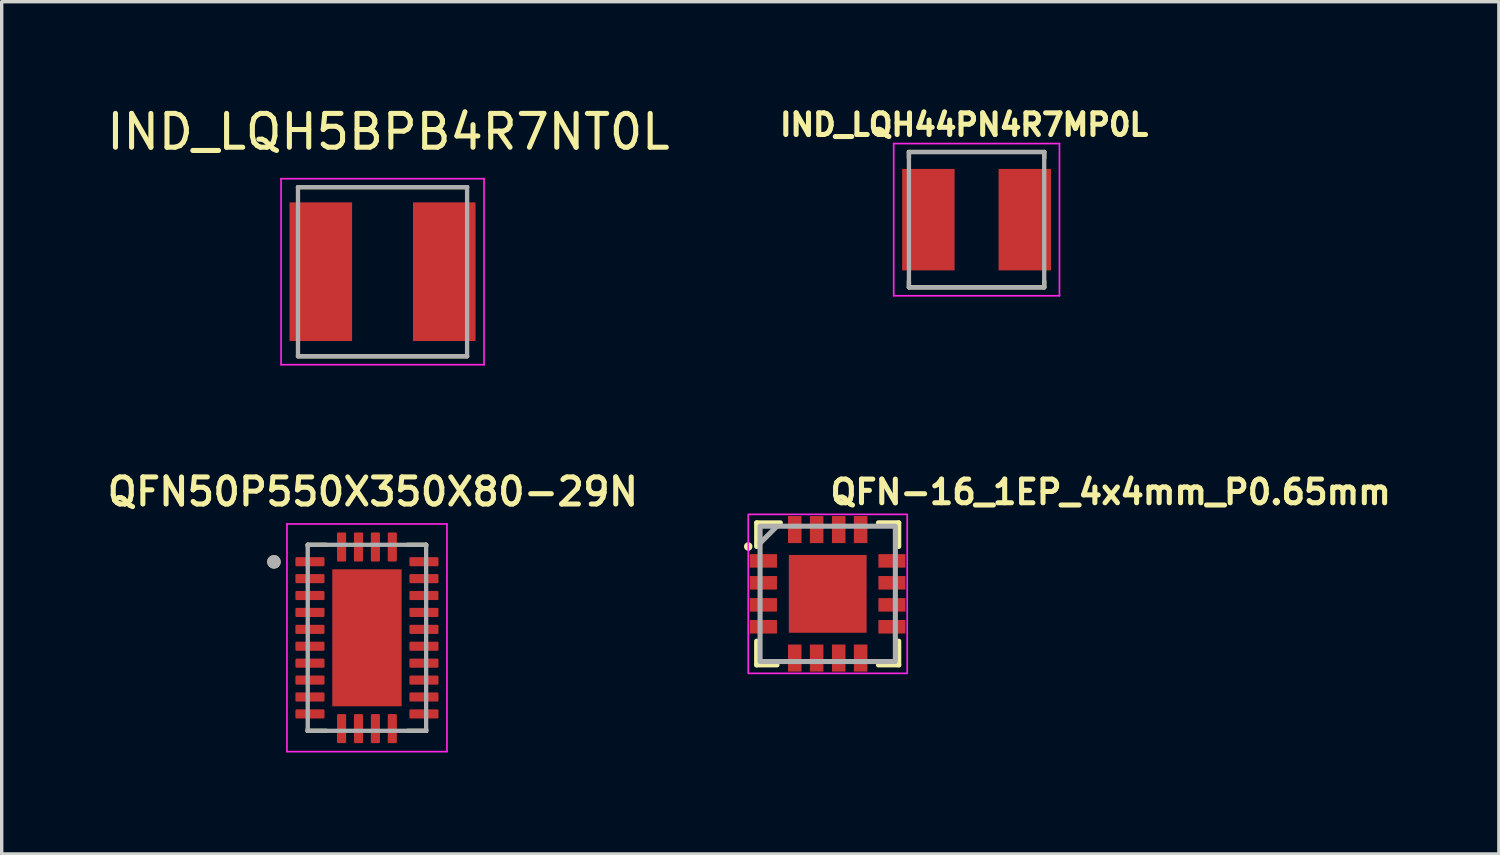
<source format=kicad_pcb>
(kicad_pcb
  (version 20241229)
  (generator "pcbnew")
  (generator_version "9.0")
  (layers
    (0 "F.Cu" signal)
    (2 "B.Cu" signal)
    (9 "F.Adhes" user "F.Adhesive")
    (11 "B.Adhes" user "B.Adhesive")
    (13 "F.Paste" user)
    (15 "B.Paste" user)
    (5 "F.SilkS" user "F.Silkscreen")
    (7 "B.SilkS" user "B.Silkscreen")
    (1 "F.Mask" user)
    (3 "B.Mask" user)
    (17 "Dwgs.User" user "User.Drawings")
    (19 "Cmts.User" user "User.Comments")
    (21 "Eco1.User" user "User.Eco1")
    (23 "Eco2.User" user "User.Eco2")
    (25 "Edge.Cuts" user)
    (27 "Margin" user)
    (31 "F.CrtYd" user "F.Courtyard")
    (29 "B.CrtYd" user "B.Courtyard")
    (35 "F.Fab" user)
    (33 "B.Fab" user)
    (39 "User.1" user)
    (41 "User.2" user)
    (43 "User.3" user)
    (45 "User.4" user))
  (footprint "QFN50P550X350X80-29N"
    (layer "F.Cu")
    (at 7.799 15.807)
    (property "Reference" "QFN50P550X350X80-29N" (at 0.175 -4.318 0) (layer "F.SilkS") (effects (font (size 0.8 0.8) (thickness 0.15))))
    (attr smd)
    (fp_line (start -1.75 -2.75) (end -1.75 -2.705) (stroke (width 0.127) (type solid)) (layer "F.SilkS"))
    (fp_line (start -1.75 -2.75) (end -1.205 -2.75) (stroke (width 0.127) (type solid)) (layer "F.SilkS"))
    (fp_line (start -1.75 2.75) (end -1.75 2.705) (stroke (width 0.127) (type solid)) (layer "F.SilkS"))
    (fp_line (start -1.75 2.75) (end -1.205 2.75) (stroke (width 0.127) (type solid)) (layer "F.SilkS"))
    (fp_line (start 1.75 -2.75) (end 1.205 -2.75) (stroke (width 0.127) (type solid)) (layer "F.SilkS"))
    (fp_line (start 1.75 -2.75) (end 1.75 -2.705) (stroke (width 0.127) (type solid)) (layer "F.SilkS"))
    (fp_line (start 1.75 2.75) (end 1.205 2.75) (stroke (width 0.127) (type solid)) (layer "F.SilkS"))
    (fp_line (start 1.75 2.75) (end 1.75 2.705) (stroke (width 0.127) (type solid)) (layer "F.SilkS"))
    (fp_circle (center -2.75 -2.245) (end -2.65 -2.245) (stroke (width 0.2) (type solid)) (fill no) (layer "F.SilkS"))
    (fp_poly (pts (xy -0.65 -1.28) (xy 0.65 -1.28) (xy 0.65 1.28) (xy -0.65 1.28)) (stroke (width 0.01) (type solid)) (fill yes) (layer "F.Paste"))
    (fp_line (start -2.365 -3.365) (end -2.365 3.365) (stroke (width 0.05) (type solid)) (layer "F.CrtYd"))
    (fp_line (start -2.365 -3.365) (end 2.365 -3.365) (stroke (width 0.05) (type solid)) (layer "F.CrtYd"))
    (fp_line (start -2.365 3.365) (end 2.365 3.365) (stroke (width 0.05) (type solid)) (layer "F.CrtYd"))
    (fp_line (start 2.365 -3.365) (end 2.365 3.365) (stroke (width 0.05) (type solid)) (layer "F.CrtYd"))
    (fp_line (start -1.75 -2.75) (end 1.75 -2.75) (stroke (width 0.127) (type solid)) (layer "F.Fab"))
    (fp_line (start -1.75 2.75) (end -1.75 -2.75) (stroke (width 0.127) (type solid)) (layer "F.Fab"))
    (fp_line (start -1.75 2.75) (end 1.75 2.75) (stroke (width 0.127) (type solid)) (layer "F.Fab"))
    (fp_line (start 1.75 2.75) (end 1.75 -2.75) (stroke (width 0.127) (type solid)) (layer "F.Fab"))
    (fp_circle (center -2.75 -2.245) (end -2.65 -2.245) (stroke (width 0.2) (type solid)) (fill no) (layer "F.Fab"))
    (pad "1" smd roundrect (at -1.685 -2.25) (size 0.86 0.27) (layers "F.Cu" "F.Mask" "F.Paste") (roundrect_rratio 0.125))
    (pad "2" smd roundrect (at -1.685 -1.75) (size 0.86 0.27) (layers "F.Cu" "F.Mask" "F.Paste") (roundrect_rratio 0.125))
    (pad "3" smd roundrect (at -1.685 -1.25) (size 0.86 0.27) (layers "F.Cu" "F.Mask" "F.Paste") (roundrect_rratio 0.125))
    (pad "4" smd roundrect (at -1.685 -0.75) (size 0.86 0.27) (layers "F.Cu" "F.Mask" "F.Paste") (roundrect_rratio 0.125))
    (pad "5" smd roundrect (at -1.685 -0.25) (size 0.86 0.27) (layers "F.Cu" "F.Mask" "F.Paste") (roundrect_rratio 0.125))
    (pad "6" smd roundrect (at -1.685 0.25) (size 0.86 0.27) (layers "F.Cu" "F.Mask" "F.Paste") (roundrect_rratio 0.125))
    (pad "7" smd roundrect (at -1.685 0.75) (size 0.86 0.27) (layers "F.Cu" "F.Mask" "F.Paste") (roundrect_rratio 0.125))
    (pad "8" smd roundrect (at -1.685 1.25) (size 0.86 0.27) (layers "F.Cu" "F.Mask" "F.Paste") (roundrect_rratio 0.125))
    (pad "9" smd roundrect (at -1.685 1.75) (size 0.86 0.27) (layers "F.Cu" "F.Mask" "F.Paste") (roundrect_rratio 0.125))
    (pad "10" smd roundrect (at -1.685 2.25) (size 0.86 0.27) (layers "F.Cu" "F.Mask" "F.Paste") (roundrect_rratio 0.125))
    (pad "11" smd roundrect (at -0.75 2.685) (size 0.27 0.86) (layers "F.Cu" "F.Mask" "F.Paste") (roundrect_rratio 0.125))
    (pad "12" smd roundrect (at -0.25 2.685) (size 0.27 0.86) (layers "F.Cu" "F.Mask" "F.Paste") (roundrect_rratio 0.125))
    (pad "13" smd roundrect (at 0.25 2.685) (size 0.27 0.86) (layers "F.Cu" "F.Mask" "F.Paste") (roundrect_rratio 0.125))
    (pad "14" smd roundrect (at 0.75 2.685) (size 0.27 0.86) (layers "F.Cu" "F.Mask" "F.Paste") (roundrect_rratio 0.125))
    (pad "15" smd roundrect (at 1.685 2.25) (size 0.86 0.27) (layers "F.Cu" "F.Mask" "F.Paste") (roundrect_rratio 0.125))
    (pad "16" smd roundrect (at 1.685 1.75) (size 0.86 0.27) (layers "F.Cu" "F.Mask" "F.Paste") (roundrect_rratio 0.125))
    (pad "17" smd roundrect (at 1.685 1.25) (size 0.86 0.27) (layers "F.Cu" "F.Mask" "F.Paste") (roundrect_rratio 0.125))
    (pad "18" smd roundrect (at 1.685 0.75) (size 0.86 0.27) (layers "F.Cu" "F.Mask" "F.Paste") (roundrect_rratio 0.125))
    (pad "19" smd roundrect (at 1.685 0.25) (size 0.86 0.27) (layers "F.Cu" "F.Mask" "F.Paste") (roundrect_rratio 0.125))
    (pad "20" smd roundrect (at 1.685 -0.25) (size 0.86 0.27) (layers "F.Cu" "F.Mask" "F.Paste") (roundrect_rratio 0.125))
    (pad "21" smd roundrect (at 1.685 -0.75) (size 0.86 0.27) (layers "F.Cu" "F.Mask" "F.Paste") (roundrect_rratio 0.125))
    (pad "22" smd roundrect (at 1.685 -1.25) (size 0.86 0.27) (layers "F.Cu" "F.Mask" "F.Paste") (roundrect_rratio 0.125))
    (pad "23" smd roundrect (at 1.685 -1.75) (size 0.86 0.27) (layers "F.Cu" "F.Mask" "F.Paste") (roundrect_rratio 0.125))
    (pad "24" smd roundrect (at 1.685 -2.25) (size 0.86 0.27) (layers "F.Cu" "F.Mask" "F.Paste") (roundrect_rratio 0.125))
    (pad "25" smd roundrect (at 0.75 -2.685) (size 0.27 0.86) (layers "F.Cu" "F.Mask" "F.Paste") (roundrect_rratio 0.125))
    (pad "26" smd roundrect (at 0.25 -2.685) (size 0.27 0.86) (layers "F.Cu" "F.Mask" "F.Paste") (roundrect_rratio 0.125))
    (pad "27" smd roundrect (at -0.25 -2.685) (size 0.27 0.86) (layers "F.Cu" "F.Mask" "F.Paste") (roundrect_rratio 0.125))
    (pad "28" smd roundrect (at -0.75 -2.685) (size 0.27 0.86) (layers "F.Cu" "F.Mask" "F.Paste") (roundrect_rratio 0.125))
    (pad "29" smd rect (at 0 0) (size 2.05 4.05) (layers "F.Cu" "F.Mask")))
  (footprint "IND_LQH44PN4R7MP0L"
    (layer "F.Cu")
    (at 25.823 3.444)
    (property "Reference" "IND_LQH44PN4R7MP0L" (at -0.368 -2.806 0) (layer "F.SilkS") (effects (font (size 0.64 0.64) (thickness 0.15))))
    (attr smd)
    (fp_line (start -2 -2) (end -2 -1.82) (stroke (width 0.127) (type solid)) (layer "F.SilkS"))
    (fp_line (start -2 -2) (end 2 -2) (stroke (width 0.127) (type solid)) (layer "F.SilkS"))
    (fp_line (start -2 2) (end -2 1.82) (stroke (width 0.127) (type solid)) (layer "F.SilkS"))
    (fp_line (start -2 2) (end 2 2) (stroke (width 0.127) (type solid)) (layer "F.SilkS"))
    (fp_line (start 2 -2) (end 2 -1.82) (stroke (width 0.127) (type solid)) (layer "F.SilkS"))
    (fp_line (start 2 2) (end 2 1.82) (stroke (width 0.127) (type solid)) (layer "F.SilkS"))
    (fp_line (start -2.45 -2.25) (end 2.45 -2.25) (stroke (width 0.05) (type solid)) (layer "F.CrtYd"))
    (fp_line (start -2.45 2.25) (end -2.45 -2.25) (stroke (width 0.05) (type solid)) (layer "F.CrtYd"))
    (fp_line (start 2.45 -2.25) (end 2.45 2.25) (stroke (width 0.05) (type solid)) (layer "F.CrtYd"))
    (fp_line (start 2.45 2.25) (end -2.45 2.25) (stroke (width 0.05) (type solid)) (layer "F.CrtYd"))
    (fp_line (start -2 -2) (end 2 -2) (stroke (width 0.127) (type solid)) (layer "F.Fab"))
    (fp_line (start -2 2) (end -2 -2) (stroke (width 0.127) (type solid)) (layer "F.Fab"))
    (fp_line (start 2 -2) (end 2 2) (stroke (width 0.127) (type solid)) (layer "F.Fab"))
    (fp_line (start 2 2) (end -2 2) (stroke (width 0.127) (type solid)) (layer "F.Fab"))
    (pad "1" smd rect (at -1.425 0) (size 1.55 3) (layers "F.Cu" "F.Mask" "F.Paste"))
    (pad "2" smd rect (at 1.425 0 180) (size 1.55 3) (layers "F.Cu" "F.Mask" "F.Paste")))
  (footprint "IND_LQH5BPB4R7NT0L"
    (layer "F.Cu")
    (at 8.26 4.983)
    (property "Reference" "IND_LQH5BPB4R7NT0L" (at 0.175 -4.135 0) (layer "F.SilkS") (effects (font (size 1 1) (thickness 0.15))))
    (attr smd)
    (fp_line (start -2.5 -2.5) (end 2.5 -2.5) (stroke (width 0.127) (type solid)) (layer "F.SilkS"))
    (fp_line (start 2.5 2.5) (end -2.5 2.5) (stroke (width 0.127) (type solid)) (layer "F.SilkS"))
    (fp_line (start -3 -2.75) (end 3 -2.75) (stroke (width 0.05) (type solid)) (layer "F.CrtYd"))
    (fp_line (start -3 2.75) (end -3 -2.75) (stroke (width 0.05) (type solid)) (layer "F.CrtYd"))
    (fp_line (start 3 -2.75) (end 3 2.75) (stroke (width 0.05) (type solid)) (layer "F.CrtYd"))
    (fp_line (start 3 2.75) (end -3 2.75) (stroke (width 0.05) (type solid)) (layer "F.CrtYd"))
    (fp_line (start -2.5 -2.5) (end 2.5 -2.5) (stroke (width 0.127) (type solid)) (layer "F.Fab"))
    (fp_line (start -2.5 2.5) (end -2.5 -2.5) (stroke (width 0.127) (type solid)) (layer "F.Fab"))
    (fp_line (start 2.5 -2.5) (end 2.5 2.5) (stroke (width 0.127) (type solid)) (layer "F.Fab"))
    (fp_line (start 2.5 2.5) (end -2.5 2.5) (stroke (width 0.127) (type solid)) (layer "F.Fab"))
    (pad "1" smd rect (at -1.825 0) (size 1.85 4.1) (layers "F.Cu" "F.Mask" "F.Paste"))
    (pad "2" smd rect (at 1.825 0) (size 1.85 4.1) (layers "F.Cu" "F.Mask" "F.Paste")))
  (footprint "QFN-16_1EP_4x4mm_P0.65mm"
    (layer "F.Cu")
    (at 21.422 14.508)
    (property "Reference" "QFN-16_1EP_4x4mm_P0.65mm" (at 0 -2.6 0) (layer "F.SilkS") (effects (font (size 0.7 0.7) (thickness 0.15)) (justify left bottom)))
    (attr smd)
    (fp_line (start -2.101 1.398) (end -2.101 2.1) (stroke (width 0.15) (type solid)) (layer "F.SilkS"))
    (fp_line (start -2.101 2.1) (end -1.5 2.1) (stroke (width 0.15) (type solid)) (layer "F.SilkS"))
    (fp_line (start -2.1 -2.1) (end -2.101 -1.4) (stroke (width 0.15) (type solid)) (layer "F.SilkS"))
    (fp_line (start -1.4 -2.1) (end -2.1 -2.1) (stroke (width 0.15) (type solid)) (layer "F.SilkS"))
    (fp_line (start 1.499 -2.101) (end 2.1 -2.101) (stroke (width 0.15) (type solid)) (layer "F.SilkS"))
    (fp_line (start 1.499 2.1) (end 2.1 2.1) (stroke (width 0.15) (type solid)) (layer "F.SilkS"))
    (fp_line (start 2.1 -2.101) (end 2.1 -1.401) (stroke (width 0.15) (type solid)) (layer "F.SilkS"))
    (fp_line (start 2.1 2.1) (end 2.1 1.398) (stroke (width 0.15) (type solid)) (layer "F.SilkS"))
    (fp_circle (center -2.35 -1.4) (end -2.3 -1.4) (stroke (width 0.15) (type solid)) (fill yes) (layer "F.SilkS"))
    (fp_rect (start -2.35 -2.35) (end 2.35 2.35) (stroke (width 0.05) (type solid)) (fill no) (layer "F.CrtYd"))
    (fp_line (start -1.5 -2) (end -2 -1.5) (stroke (width 0.15) (type solid)) (layer "F.Fab"))
    (fp_rect (start 2 2) (end -2 -2) (stroke (width 0.15) (type solid)) (fill no) (layer "F.Fab"))
    (fp_rect (start -2 -2) (end 1.999 1.999) (stroke (width 0.1) (type solid)) (fill no) (layer "User.5"))
    (fp_line (start -2 -1.125) (end -2 -0.826) (stroke (width 0.02) (type solid)) (layer "User.9"))
    (fp_line (start -2 -0.826) (end -1.99 -0.826) (stroke (width 0.02) (type solid)) (layer "User.9"))
    (fp_line (start -2 -0.476) (end -2 -0.176) (stroke (width 0.02) (type solid)) (layer "User.9"))
    (fp_line (start -2 -0.176) (end -1.99 -0.176) (stroke (width 0.02) (type solid)) (layer "User.9"))
    (fp_line (start -2 0.174) (end -2 0.474) (stroke (width 0.02) (type solid)) (layer "User.9"))
    (fp_line (start -2 0.474) (end -1.99 0.474) (stroke (width 0.02) (type solid)) (layer "User.9"))
    (fp_line (start -2 0.824) (end -2 1.124) (stroke (width 0.02) (type solid)) (layer "User.9"))
    (fp_line (start -2 1.124) (end -1.99 1.124) (stroke (width 0.02) (type solid)) (layer "User.9"))
    (fp_line (start -1.99 -1.99) (end -1.99 1.989) (stroke (width 0.02) (type solid)) (layer "User.9"))
    (fp_line (start -1.99 -1.125) (end -2 -1.125) (stroke (width 0.02) (type solid)) (layer "User.9"))
    (fp_line (start -1.99 -0.476) (end -2 -0.476) (stroke (width 0.02) (type solid)) (layer "User.9"))
    (fp_line (start -1.99 0.174) (end -2 0.174) (stroke (width 0.02) (type solid)) (layer "User.9"))
    (fp_line (start -1.99 0.824) (end -2 0.824) (stroke (width 0.02) (type solid)) (layer "User.9"))
    (fp_line (start -1.99 1.989) (end 1.989 1.989) (stroke (width 0.02) (type solid)) (layer "User.9"))
    (fp_line (start -1.125 -2) (end -1.125 -1.99) (stroke (width 0.02) (type solid)) (layer "User.9"))
    (fp_line (start -1.125 1.989) (end -1.125 1.999) (stroke (width 0.02) (type solid)) (layer "User.9"))
    (fp_line (start -1.125 1.999) (end -0.826 1.999) (stroke (width 0.02) (type solid)) (layer "User.9"))
    (fp_line (start -0.826 -2) (end -1.125 -2) (stroke (width 0.02) (type solid)) (layer "User.9"))
    (fp_line (start -0.826 -1.99) (end -0.826 -2) (stroke (width 0.02) (type solid)) (layer "User.9"))
    (fp_line (start -0.826 1.999) (end -0.826 1.989) (stroke (width 0.02) (type solid)) (layer "User.9"))
    (fp_line (start -0.476 -2) (end -0.476 -1.99) (stroke (width 0.02) (type solid)) (layer "User.9"))
    (fp_line (start -0.476 1.989) (end -0.476 1.999) (stroke (width 0.02) (type solid)) (layer "User.9"))
    (fp_line (start -0.476 1.999) (end -0.176 1.999) (stroke (width 0.02) (type solid)) (layer "User.9"))
    (fp_line (start -0.176 -2) (end -0.476 -2) (stroke (width 0.02) (type solid)) (layer "User.9"))
    (fp_line (start -0.176 -1.99) (end -0.176 -2) (stroke (width 0.02) (type solid)) (layer "User.9"))
    (fp_line (start -0.176 1.999) (end -0.176 1.989) (stroke (width 0.02) (type solid)) (layer "User.9"))
    (fp_line (start 0.174 -2) (end 0.174 -1.99) (stroke (width 0.02) (type solid)) (layer "User.9"))
    (fp_line (start 0.174 1.989) (end 0.174 1.999) (stroke (width 0.02) (type solid)) (layer "User.9"))
    (fp_line (start 0.174 1.999) (end 0.474 1.999) (stroke (width 0.02) (type solid)) (layer "User.9"))
    (fp_line (start 0.474 -2) (end 0.174 -2) (stroke (width 0.02) (type solid)) (layer "User.9"))
    (fp_line (start 0.474 -1.99) (end 0.474 -2) (stroke (width 0.02) (type solid)) (layer "User.9"))
    (fp_line (start 0.474 1.999) (end 0.474 1.989) (stroke (width 0.02) (type solid)) (layer "User.9"))
    (fp_line (start 0.824 -2) (end 0.824 -1.99) (stroke (width 0.02) (type solid)) (layer "User.9"))
    (fp_line (start 0.824 1.989) (end 0.824 1.999) (stroke (width 0.02) (type solid)) (layer "User.9"))
    (fp_line (start 0.824 1.999) (end 1.124 1.999) (stroke (width 0.02) (type solid)) (layer "User.9"))
    (fp_line (start 1.124 -2) (end 0.824 -2) (stroke (width 0.02) (type solid)) (layer "User.9"))
    (fp_line (start 1.124 -1.99) (end 1.124 -2) (stroke (width 0.02) (type solid)) (layer "User.9"))
    (fp_line (start 1.124 1.999) (end 1.124 1.989) (stroke (width 0.02) (type solid)) (layer "User.9"))
    (fp_line (start 1.989 -1.99) (end -1.99 -1.99) (stroke (width 0.02) (type solid)) (layer "User.9"))
    (fp_line (start 1.989 -0.826) (end 1.999 -0.826) (stroke (width 0.02) (type solid)) (layer "User.9"))
    (fp_line (start 1.989 -0.176) (end 1.999 -0.176) (stroke (width 0.02) (type solid)) (layer "User.9"))
    (fp_line (start 1.989 0.474) (end 1.999 0.474) (stroke (width 0.02) (type solid)) (layer "User.9"))
    (fp_line (start 1.989 1.124) (end 1.999 1.124) (stroke (width 0.02) (type solid)) (layer "User.9"))
    (fp_line (start 1.989 1.989) (end 1.989 -1.99) (stroke (width 0.02) (type solid)) (layer "User.9"))
    (fp_line (start 1.999 -1.125) (end 1.989 -1.125) (stroke (width 0.02) (type solid)) (layer "User.9"))
    (fp_line (start 1.999 -0.826) (end 1.999 -1.125) (stroke (width 0.02) (type solid)) (layer "User.9"))
    (fp_line (start 1.999 -0.476) (end 1.989 -0.476) (stroke (width 0.02) (type solid)) (layer "User.9"))
    (fp_line (start 1.999 -0.176) (end 1.999 -0.476) (stroke (width 0.02) (type solid)) (layer "User.9"))
    (fp_line (start 1.999 0.174) (end 1.989 0.174) (stroke (width 0.02) (type solid)) (layer "User.9"))
    (fp_line (start 1.999 0.474) (end 1.999 0.174) (stroke (width 0.02) (type solid)) (layer "User.9"))
    (fp_line (start 1.999 0.824) (end 1.989 0.824) (stroke (width 0.02) (type solid)) (layer "User.9"))
    (fp_line (start 1.999 1.124) (end 1.999 0.824) (stroke (width 0.02) (type solid)) (layer "User.9"))
    (fp_circle (center -1.55 -1.55) (end -1.4 -1.55) (stroke (width 0.02) (type solid)) (fill no) (layer "User.9"))
    (pad "1" smd rect (at -1.901 -0.975) (size 0.8 0.4) (layers "F.Cu" "F.Mask" "F.Paste"))
    (pad "2" smd rect (at -1.901 -0.327) (size 0.8 0.4) (layers "F.Cu" "F.Mask" "F.Paste"))
    (pad "3" smd rect (at -1.901 0.325) (size 0.8 0.4) (layers "F.Cu" "F.Mask" "F.Paste"))
    (pad "4" smd rect (at -1.901 0.973) (size 0.8 0.4) (layers "F.Cu" "F.Mask" "F.Paste"))
    (pad "5" smd rect (at -0.975 1.898) (size 0.4 0.8) (layers "F.Cu" "F.Mask" "F.Paste"))
    (pad "6" smd rect (at -0.327 1.898) (size 0.4 0.8) (layers "F.Cu" "F.Mask" "F.Paste"))
    (pad "7" smd rect (at 0.325 1.898) (size 0.4 0.8) (layers "F.Cu" "F.Mask" "F.Paste"))
    (pad "8" smd rect (at 0.973 1.898) (size 0.4 0.8) (layers "F.Cu" "F.Mask" "F.Paste"))
    (pad "9" smd rect (at 1.898 0.973) (size 0.8 0.4) (layers "F.Cu" "F.Mask" "F.Paste"))
    (pad "10" smd rect (at 1.898 0.325) (size 0.8 0.4) (layers "F.Cu" "F.Mask" "F.Paste"))
    (pad "11" smd rect (at 1.898 -0.327) (size 0.8 0.4) (layers "F.Cu" "F.Mask" "F.Paste"))
    (pad "12" smd rect (at 1.898 -0.975) (size 0.8 0.4) (layers "F.Cu" "F.Mask" "F.Paste"))
    (pad "13" smd rect (at 0.973 -1.901) (size 0.4 0.8) (layers "F.Cu" "F.Mask" "F.Paste"))
    (pad "14" smd rect (at 0.325 -1.901) (size 0.4 0.8) (layers "F.Cu" "F.Mask" "F.Paste"))
    (pad "15" smd rect (at -0.327 -1.901) (size 0.4 0.8) (layers "F.Cu" "F.Mask" "F.Paste"))
    (pad "16" smd rect (at -0.975 -1.901) (size 0.4 0.8) (layers "F.Cu" "F.Mask" "F.Paste"))
    (pad "17" smd rect (at 0 0) (size 2.3 2.3) (layers "F.Cu" "F.Mask" "F.Paste")))
  (gr_rect
    (start -3 -3)
    (end 41.265 22.198)
    (stroke (width 0.1) (type default))
    (fill no)
    (layer "Edge.Cuts")))
</source>
